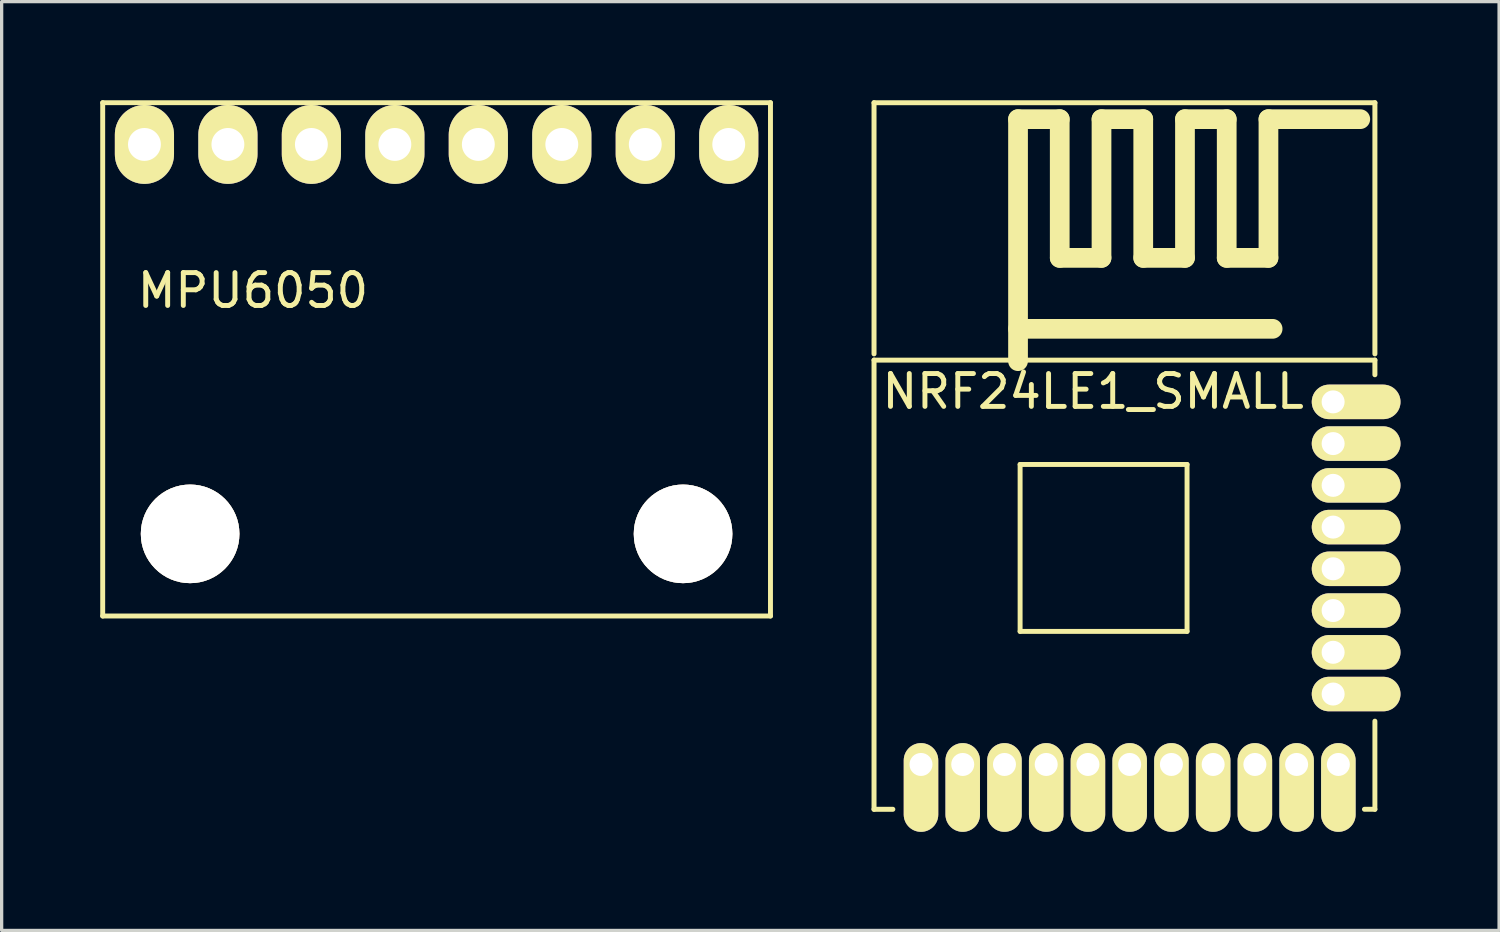
<source format=kicad_pcb>
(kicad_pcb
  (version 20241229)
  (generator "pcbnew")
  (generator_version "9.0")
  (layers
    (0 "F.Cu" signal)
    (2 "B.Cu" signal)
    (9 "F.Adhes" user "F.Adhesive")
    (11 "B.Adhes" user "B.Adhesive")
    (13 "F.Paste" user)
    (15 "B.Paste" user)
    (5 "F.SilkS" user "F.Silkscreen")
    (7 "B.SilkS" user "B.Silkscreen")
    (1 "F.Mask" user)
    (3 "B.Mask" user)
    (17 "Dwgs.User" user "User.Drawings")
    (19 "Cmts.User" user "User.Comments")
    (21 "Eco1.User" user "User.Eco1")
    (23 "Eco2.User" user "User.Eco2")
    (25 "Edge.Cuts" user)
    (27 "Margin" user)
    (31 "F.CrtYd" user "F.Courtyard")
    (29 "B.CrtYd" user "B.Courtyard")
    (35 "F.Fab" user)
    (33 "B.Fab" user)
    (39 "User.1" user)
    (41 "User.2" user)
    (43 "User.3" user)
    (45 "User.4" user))
  (footprint "NRF24LE1_SMALL"
    (layer "F.Cu")
    (at 31.484 14.576)
    (property "Reference" "NRF24LE1_SMALL" (at -1.27 -5.715 0) (layer "F.SilkS") (effects (font (size 1 1) (thickness 0.15))))
    (attr through_hole)
    (fp_line (start -7.938 -14.5) (end 7.303 -14.5) (stroke (width 0.152) (type solid)) (layer "F.SilkS"))
    (fp_line (start -7.938 -6.858) (end -7.938 -14.5) (stroke (width 0.152) (type solid)) (layer "F.SilkS"))
    (fp_line (start -7.938 -6.668) (end 7.303 -6.668) (stroke (width 0.15) (type solid)) (layer "F.SilkS"))
    (fp_line (start -7.938 7) (end -7.938 -6.668) (stroke (width 0.152) (type solid)) (layer "F.SilkS"))
    (fp_line (start -7.366 7) (end -7.938 7) (stroke (width 0.152) (type solid)) (layer "F.SilkS"))
    (fp_line (start -3.556 -14) (end -3.556 -6.636) (stroke (width 0.6) (type solid)) (layer "F.SilkS"))
    (fp_line (start -3.556 -14) (end -2.286 -14) (stroke (width 0.6) (type solid)) (layer "F.SilkS"))
    (fp_line (start -3.556 -7.62) (end 4.191 -7.62) (stroke (width 0.6) (type solid)) (layer "F.SilkS"))
    (fp_line (start -3.493 -3.493) (end -3.493 1.587) (stroke (width 0.15) (type solid)) (layer "F.SilkS"))
    (fp_line (start -3.493 1.587) (end 1.587 1.587) (stroke (width 0.15) (type solid)) (layer "F.SilkS"))
    (fp_line (start -2.287 -14) (end -2.287 -9.779) (stroke (width 0.6) (type solid)) (layer "F.SilkS"))
    (fp_line (start -2.286 -9.779) (end -1.016 -9.779) (stroke (width 0.6) (type solid)) (layer "F.SilkS"))
    (fp_line (start -1.016 -14) (end -1.016 -9.779) (stroke (width 0.6) (type solid)) (layer "F.SilkS"))
    (fp_line (start -1.016 -14) (end 0.254 -14) (stroke (width 0.6) (type solid)) (layer "F.SilkS"))
    (fp_line (start 0.254 -14) (end 0.254 -9.779) (stroke (width 0.6) (type solid)) (layer "F.SilkS"))
    (fp_line (start 0.254 -9.779) (end 1.524 -9.779) (stroke (width 0.6) (type solid)) (layer "F.SilkS"))
    (fp_line (start 1.524 -14) (end 2.794 -14) (stroke (width 0.6) (type solid)) (layer "F.SilkS"))
    (fp_line (start 1.524 -9.779) (end 1.524 -14) (stroke (width 0.6) (type solid)) (layer "F.SilkS"))
    (fp_line (start 1.587 -3.493) (end -3.493 -3.493) (stroke (width 0.15) (type solid)) (layer "F.SilkS"))
    (fp_line (start 1.587 1.587) (end 1.587 -3.493) (stroke (width 0.15) (type solid)) (layer "F.SilkS"))
    (fp_line (start 2.794 -14) (end 2.794 -9.779) (stroke (width 0.6) (type solid)) (layer "F.SilkS"))
    (fp_line (start 2.794 -9.779) (end 4.064 -9.779) (stroke (width 0.6) (type solid)) (layer "F.SilkS"))
    (fp_line (start 4.064 -14) (end 6.858 -14) (stroke (width 0.6) (type solid)) (layer "F.SilkS"))
    (fp_line (start 4.064 -9.779) (end 4.064 -14) (stroke (width 0.6) (type solid)) (layer "F.SilkS"))
    (fp_line (start 7.303 -14.5) (end 7.303 -6.858) (stroke (width 0.152) (type solid)) (layer "F.SilkS"))
    (fp_line (start 7.303 -6.668) (end 7.303 -6.223) (stroke (width 0.152) (type solid)) (layer "F.SilkS"))
    (fp_line (start 7.303 4.318) (end 7.303 7) (stroke (width 0.15) (type solid)) (layer "F.SilkS"))
    (fp_line (start 7.303 7) (end 6.985 7) (stroke (width 0.15) (type solid)) (layer "F.SilkS"))
    (pad "1" thru_hole oval (at -6.509 5.636) (size 1.05 2.7) (drill 0.7 (offset 0 0.7)) (layers "*.Cu" "*.Mask" "F.SilkS"))
    (pad "2" thru_hole oval (at -5.239 5.636) (size 1.05 2.7) (drill 0.7 (offset 0 0.7)) (layers "*.Cu" "*.Mask" "F.SilkS"))
    (pad "3" thru_hole oval (at -3.969 5.636) (size 1.05 2.7) (drill 0.7 (offset 0 0.7)) (layers "*.Cu" "*.Mask" "F.SilkS"))
    (pad "4" thru_hole oval (at -2.699 5.636) (size 1.05 2.7) (drill 0.7 (offset 0 0.7)) (layers "*.Cu" "*.Mask" "F.SilkS"))
    (pad "5" thru_hole oval (at -1.429 5.636) (size 1.05 2.7) (drill 0.7 (offset 0 0.7)) (layers "*.Cu" "*.Mask" "F.SilkS"))
    (pad "6" thru_hole oval (at -0.159 5.636) (size 1.05 2.7) (drill 0.7 (offset 0 0.7)) (layers "*.Cu" "*.Mask" "F.SilkS"))
    (pad "7" thru_hole oval (at 1.111 5.636) (size 1.05 2.7) (drill 0.7 (offset 0 0.7)) (layers "*.Cu" "*.Mask" "F.SilkS"))
    (pad "8" thru_hole oval (at 2.381 5.636) (size 1.05 2.7) (drill 0.7 (offset 0 0.7)) (layers "*.Cu" "*.Mask" "F.SilkS"))
    (pad "9" thru_hole oval (at 3.651 5.636) (size 1.05 2.7) (drill 0.7 (offset 0 0.7)) (layers "*.Cu" "*.Mask" "F.SilkS"))
    (pad "10" thru_hole oval (at 4.921 5.636) (size 1.05 2.7) (drill 0.7 (offset 0 0.7)) (layers "*.Cu" "*.Mask" "F.SilkS"))
    (pad "11" thru_hole oval (at 6.191 5.636) (size 1.05 2.7) (drill 0.7 (offset 0 0.7)) (layers "*.Cu" "*.Mask" "F.SilkS"))
    (pad "12" thru_hole oval (at 6.032 3.493 90) (size 1.05 2.7) (drill 0.7 (offset 0 0.7)) (layers "*.Cu" "*.Mask" "F.SilkS"))
    (pad "13" thru_hole oval (at 6.032 2.223 90) (size 1.05 2.7) (drill 0.7 (offset 0 0.7)) (layers "*.Cu" "*.Mask" "F.SilkS"))
    (pad "14" thru_hole oval (at 6.032 0.953 90) (size 1.05 2.7) (drill 0.7 (offset 0 0.7)) (layers "*.Cu" "*.Mask" "F.SilkS"))
    (pad "15" thru_hole oval (at 6.032 -0.318 90) (size 1.05 2.7) (drill 0.7 (offset 0 0.7)) (layers "*.Cu" "*.Mask" "F.SilkS"))
    (pad "16" thru_hole oval (at 6.032 -1.587 90) (size 1.05 2.7) (drill 0.7 (offset 0 0.7)) (layers "*.Cu" "*.Mask" "F.SilkS"))
    (pad "17" thru_hole oval (at 6.032 -2.857 90) (size 1.05 2.7) (drill 0.7 (offset 0 0.7)) (layers "*.Cu" "*.Mask" "F.SilkS"))
    (pad "18" thru_hole oval (at 6.032 -4.128 90) (size 1.05 2.7) (drill 0.7 (offset 0 0.7)) (layers "*.Cu" "*.Mask" "F.SilkS"))
    (pad "19" thru_hole oval (at 6.032 -5.397 90) (size 1.05 2.7) (drill 0.7 (offset 0 0.7)) (layers "*.Cu" "*.Mask" "F.SilkS")))
  (footprint "MPU6050"
    (layer "F.Cu")
    (at 10.235 7.695)
    (property "Reference" "MPU6050" (at -5.588 -1.905 0) (layer "F.SilkS") (effects (font (size 1 1) (thickness 0.15))))
    (attr through_hole)
    (fp_line (start -10.16 -7.62) (end 10.16 -7.62) (stroke (width 0.15) (type solid)) (layer "F.SilkS"))
    (fp_line (start -10.16 8) (end -10.16 -7.62) (stroke (width 0.15) (type solid)) (layer "F.SilkS"))
    (fp_line (start 10.16 -7.62) (end 10.16 8) (stroke (width 0.15) (type solid)) (layer "F.SilkS"))
    (fp_line (start 10.16 8) (end -10.16 8) (stroke (width 0.15) (type solid)) (layer "F.SilkS"))
    (pad "" thru_hole circle (at -7.5 5.5) (size 3 3) (drill 3) (layers "*.Cu" "*.Mask" "F.SilkS"))
    (pad "" thru_hole circle (at 7.5 5.5) (size 3 3) (drill 3) (layers "*.Cu" "*.Mask" "F.SilkS"))
    (pad "1" thru_hole oval (at 8.89 -6.35 90) (size 2.4 1.8) (drill 1) (layers "*.Cu" "*.Mask" "F.SilkS"))
    (pad "2" thru_hole oval (at 6.35 -6.35 90) (size 2.4 1.8) (drill 1) (layers "*.Cu" "*.Mask" "F.SilkS"))
    (pad "3" thru_hole oval (at 3.81 -6.35 90) (size 2.4 1.8) (drill 1) (layers "*.Cu" "*.Mask" "F.SilkS"))
    (pad "4" thru_hole oval (at 1.27 -6.35 90) (size 2.4 1.8) (drill 1) (layers "*.Cu" "*.Mask" "F.SilkS"))
    (pad "5" thru_hole oval (at -1.27 -6.35 90) (size 2.4 1.8) (drill 1) (layers "*.Cu" "*.Mask" "F.SilkS"))
    (pad "6" thru_hole oval (at -3.81 -6.35 90) (size 2.4 1.8) (drill 1) (layers "*.Cu" "*.Mask" "F.SilkS"))
    (pad "7" thru_hole oval (at -6.35 -6.35 90) (size 2.4 1.8) (drill 1) (layers "*.Cu" "*.Mask" "F.SilkS"))
    (pad "8" thru_hole oval (at -8.89 -6.35 90) (size 2.4 1.8) (drill 1) (layers "*.Cu" "*.Mask" "F.SilkS")))
  (gr_rect
    (start -3 -3)
    (end 42.566 25.262)
    (stroke (width 0.1) (type default))
    (fill no)
    (layer "Edge.Cuts")))
</source>
